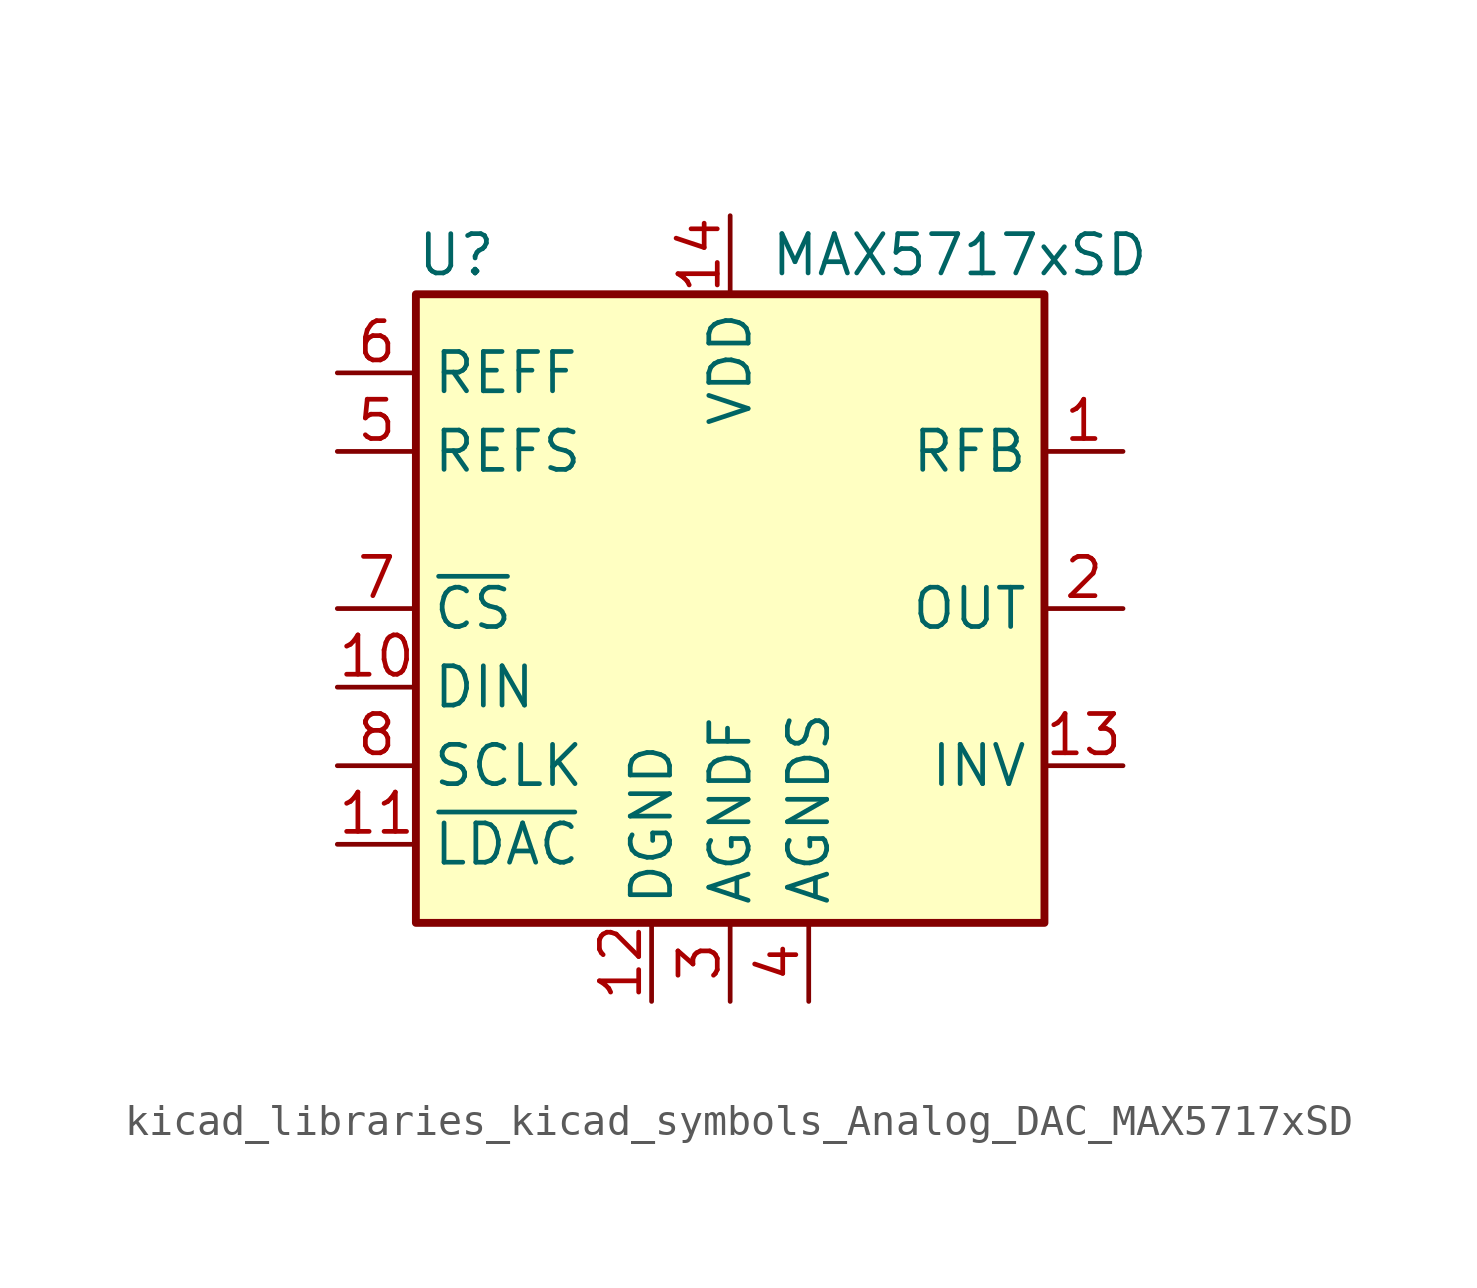
<source format=kicad_sym>
(kicad_symbol_lib
  (version 20220914)
  (generator kicad_symbol_editor)
  (symbol "kicad_libraries_kicad_symbols_Analog_DAC_MAX5717xSD"
    (property "Reference" "U"
      (at -10.16 11.43 0)
      (effects (font (size 1.27 1.27)) (justify left)))
    (property "Value" "MAX5717xSD"
      (at 1.27 11.43 0)
      (effects (font (size 1.27 1.27)) (justify left)))
    (symbol "kicad_libraries_kicad_symbols_Analog_DAC_MAX5717xSD_0_1"
      (rectangle (start -10.16 10.16) (end 10.16 -10.16) (stroke (width 0.254) (type default)) (fill (type background))))
    (symbol "kicad_libraries_kicad_symbols_Analog_DAC_MAX5717xSD_1_1"
      (pin passive line (at 12.7 5.08 180) (length 2.54) (name "RFB" (effects (font (size 1.27 1.27)))) (number "1" (effects (font (size 1.27 1.27)))))
      (pin input line (at -12.7 -2.54 0) (length 2.54) (name "DIN" (effects (font (size 1.27 1.27)))) (number "10" (effects (font (size 1.27 1.27)))))
      (pin input line (at -12.7 -7.62 0) (length 2.54) (name "~{LDAC}" (effects (font (size 1.27 1.27)))) (number "11" (effects (font (size 1.27 1.27)))))
      (pin power_in line (at -2.54 -12.7 90) (length 2.54) (name "DGND" (effects (font (size 1.27 1.27)))) (number "12" (effects (font (size 1.27 1.27)))))
      (pin passive line (at 12.7 -5.08 180) (length 2.54) (name "INV" (effects (font (size 1.27 1.27)))) (number "13" (effects (font (size 1.27 1.27)))))
      (pin power_in line (at 0 12.7 270) (length 2.54) (name "VDD" (effects (font (size 1.27 1.27)))) (number "14" (effects (font (size 1.27 1.27)))))
      (pin output line (at 12.7 0 180) (length 2.54) (name "OUT" (effects (font (size 1.27 1.27)))) (number "2" (effects (font (size 1.27 1.27)))))
      (pin power_in line (at 0 -12.7 90) (length 2.54) (name "AGNDF" (effects (font (size 1.27 1.27)))) (number "3" (effects (font (size 1.27 1.27)))))
      (pin power_in line (at 2.54 -12.7 90) (length 2.54) (name "AGNDS" (effects (font (size 1.27 1.27)))) (number "4" (effects (font (size 1.27 1.27)))))
      (pin input line (at -12.7 5.08 0) (length 2.54) (name "REFS" (effects (font (size 1.27 1.27)))) (number "5" (effects (font (size 1.27 1.27)))))
      (pin input line (at -12.7 7.62 0) (length 2.54) (name "REFF" (effects (font (size 1.27 1.27)))) (number "6" (effects (font (size 1.27 1.27)))))
      (pin input line (at -12.7 0 0) (length 2.54) (name "~{CS}" (effects (font (size 1.27 1.27)))) (number "7" (effects (font (size 1.27 1.27)))))
      (pin input line (at -12.7 -5.08 0) (length 2.54) (name "SCLK" (effects (font (size 1.27 1.27)))) (number "8" (effects (font (size 1.27 1.27)))))
      (pin no_connect line (at 10.16 -7.62 180) (length 2.54) hide (name "NC" (effects (font (size 1.27 1.27)))) (number "9" (effects (font (size 1.27 1.27))))))))
</source>
